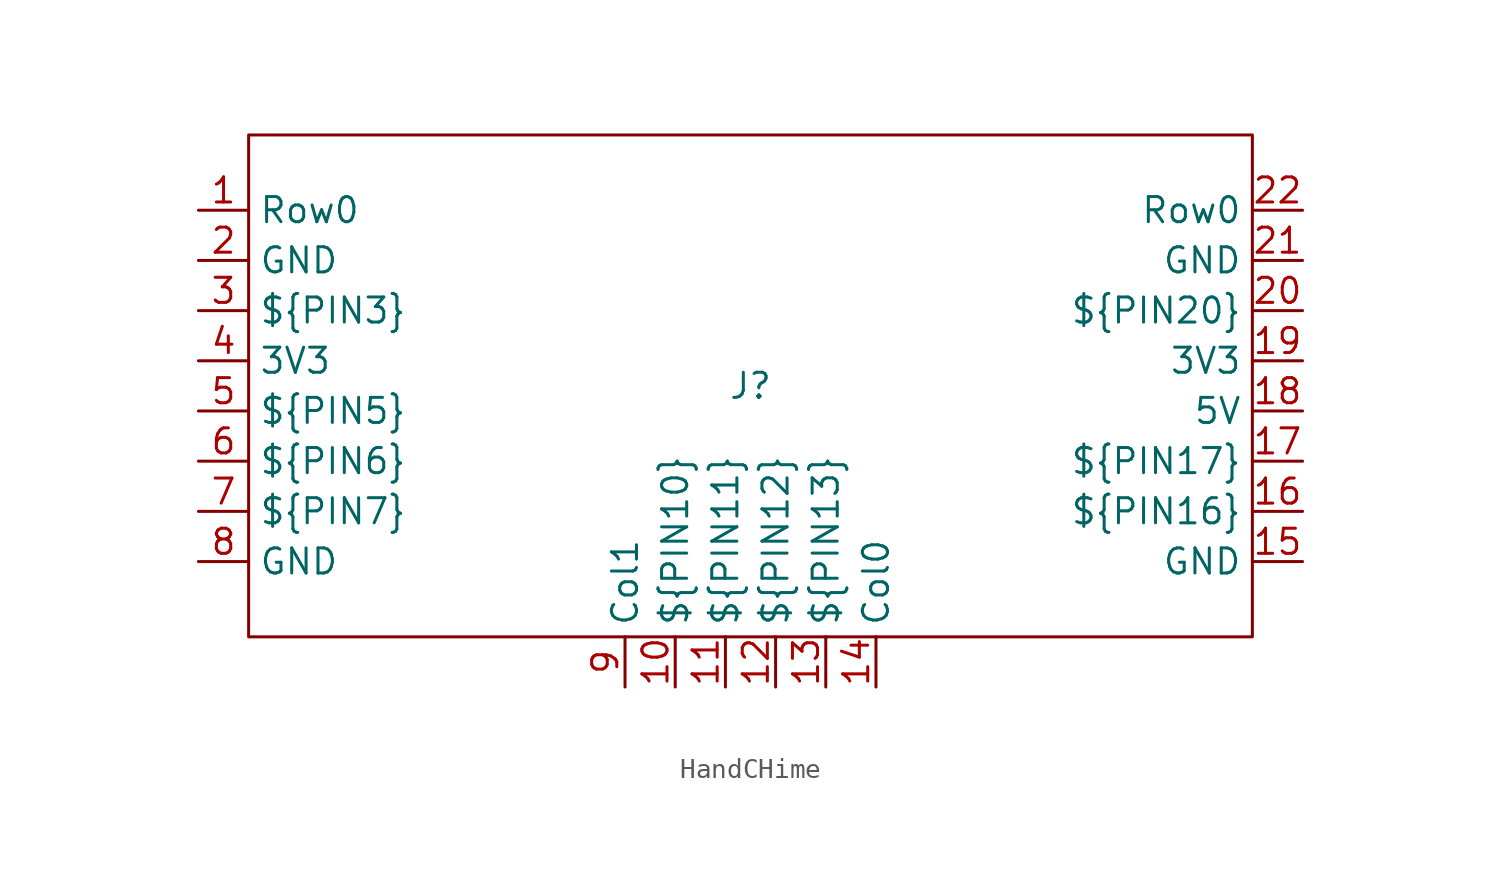
<source format=kicad_sym>
(kicad_symbol_lib
  (version 20231120)
  (generator "kicad_symbol_editor")
  (generator_version "8.0")
  (symbol "HandCHime"
    (property "Reference" "J"
      (at 0 0 0)
      (effects (font (size 1.27 1.27))))
    (property "Value" ""
      (at 0 0 0)
      (effects (font (size 1.27 1.27))))
    (symbol "HandCHime_0_1"
      (rectangle (start -25.4 12.7) (end 25.4 -12.7) (stroke (width 0) (type default)) (fill (type none))))
    (symbol "HandCHime_1_1"
      (pin input line (at -27.94 8.89 0) (length 2.54) (name "Row0" (effects (font (size 1.27 1.27)))) (number "1" (effects (font (size 1.27 1.27)))))
      (pin input line (at -3.81 -15.24 90) (length 2.54) (name "${PIN10}" (effects (font (size 1.27 1.27)))) (number "10" (effects (font (size 1.27 1.27)))))
      (pin input line (at -1.27 -15.24 90) (length 2.54) (name "${PIN11}" (effects (font (size 1.27 1.27)))) (number "11" (effects (font (size 1.27 1.27)))))
      (pin input line (at 1.27 -15.24 90) (length 2.54) (name "${PIN12}" (effects (font (size 1.27 1.27)))) (number "12" (effects (font (size 1.27 1.27)))))
      (pin input line (at 3.81 -15.24 90) (length 2.54) (name "${PIN13}" (effects (font (size 1.27 1.27)))) (number "13" (effects (font (size 1.27 1.27)))))
      (pin input line (at 6.35 -15.24 90) (length 2.54) (name "Col0" (effects (font (size 1.27 1.27)))) (number "14" (effects (font (size 1.27 1.27)))))
      (pin power_out line (at 27.94 -8.89 180) (length 2.54) (name "GND" (effects (font (size 1.27 1.27)))) (number "15" (effects (font (size 1.27 1.27)))))
      (pin input line (at 27.94 -6.35 180) (length 2.54) (name "${PIN16}" (effects (font (size 1.27 1.27)))) (number "16" (effects (font (size 1.27 1.27)))))
      (pin input line (at 27.94 -3.81 180) (length 2.54) (name "${PIN17}" (effects (font (size 1.27 1.27)))) (number "17" (effects (font (size 1.27 1.27)))))
      (pin power_out line (at 27.94 -1.27 180) (length 2.54) (name "5V" (effects (font (size 1.27 1.27)))) (number "18" (effects (font (size 1.27 1.27)))))
      (pin power_out line (at 27.94 1.27 180) (length 2.54) (name "3V3" (effects (font (size 1.27 1.27)))) (number "19" (effects (font (size 1.27 1.27)))))
      (pin power_out line (at -27.94 6.35 0) (length 2.54) (name "GND" (effects (font (size 1.27 1.27)))) (number "2" (effects (font (size 1.27 1.27)))))
      (pin input line (at 27.94 3.81 180) (length 2.54) (name "${PIN20}" (effects (font (size 1.27 1.27)))) (number "20" (effects (font (size 1.27 1.27)))))
      (pin power_out line (at 27.94 6.35 180) (length 2.54) (name "GND" (effects (font (size 1.27 1.27)))) (number "21" (effects (font (size 1.27 1.27)))))
      (pin input line (at 27.94 8.89 180) (length 2.54) (name "Row0" (effects (font (size 1.27 1.27)))) (number "22" (effects (font (size 1.27 1.27)))))
      (pin input line (at -27.94 3.81 0) (length 2.54) (name "${PIN3}" (effects (font (size 1.27 1.27)))) (number "3" (effects (font (size 1.27 1.27)))))
      (pin power_out line (at -27.94 1.27 0) (length 2.54) (name "3V3" (effects (font (size 1.27 1.27)))) (number "4" (effects (font (size 1.27 1.27)))))
      (pin input line (at -27.94 -1.27 0) (length 2.54) (name "${PIN5}" (effects (font (size 1.27 1.27)))) (number "5" (effects (font (size 1.27 1.27)))))
      (pin input line (at -27.94 -3.81 0) (length 2.54) (name "${PIN6}" (effects (font (size 1.27 1.27)))) (number "6" (effects (font (size 1.27 1.27)))))
      (pin input line (at -27.94 -6.35 0) (length 2.54) (name "${PIN7}" (effects (font (size 1.27 1.27)))) (number "7" (effects (font (size 1.27 1.27)))))
      (pin power_out line (at -27.94 -8.89 0) (length 2.54) (name "GND" (effects (font (size 1.27 1.27)))) (number "8" (effects (font (size 1.27 1.27)))))
      (pin input line (at -6.35 -15.24 90) (length 2.54) (name "Col1" (effects (font (size 1.27 1.27)))) (number "9" (effects (font (size 1.27 1.27))))))))
</source>
